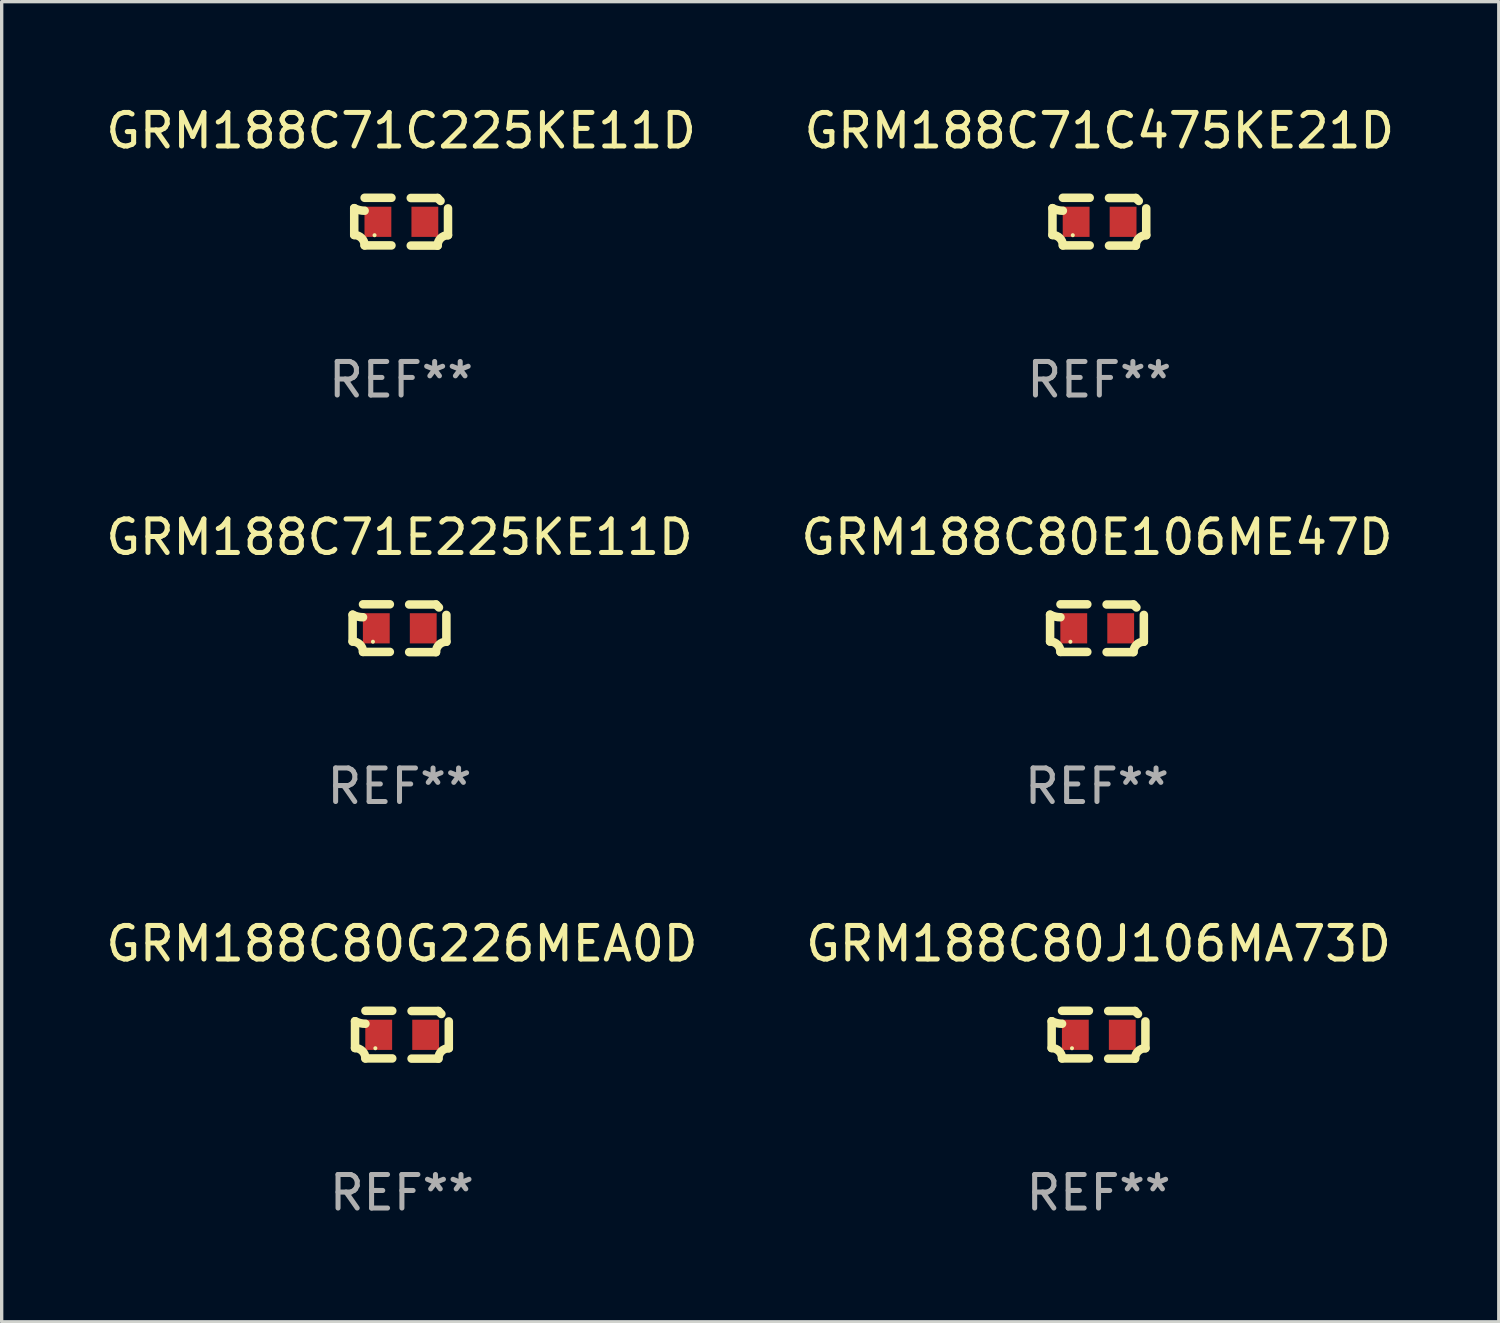
<source format=kicad_pcb>
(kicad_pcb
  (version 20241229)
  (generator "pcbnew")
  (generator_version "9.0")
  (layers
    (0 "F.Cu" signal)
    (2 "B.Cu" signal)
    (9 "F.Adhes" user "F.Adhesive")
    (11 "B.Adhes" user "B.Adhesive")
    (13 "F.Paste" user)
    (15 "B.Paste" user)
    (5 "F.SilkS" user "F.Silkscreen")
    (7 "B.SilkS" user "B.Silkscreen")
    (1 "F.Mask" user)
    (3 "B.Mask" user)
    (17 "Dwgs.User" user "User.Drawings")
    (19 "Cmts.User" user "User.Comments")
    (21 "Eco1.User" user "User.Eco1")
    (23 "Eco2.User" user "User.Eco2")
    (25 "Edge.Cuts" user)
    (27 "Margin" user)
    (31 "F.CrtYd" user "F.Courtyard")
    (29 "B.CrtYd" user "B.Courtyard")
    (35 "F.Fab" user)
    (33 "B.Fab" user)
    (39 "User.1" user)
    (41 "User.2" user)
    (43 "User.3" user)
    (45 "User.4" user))
  (footprint "GRM188C80G226MEA0D"
    (layer "F.Cu")
    (at 8.935 27.805)
    (property "Reference" "GRM188C80G226MEA0D" (at 0 -2.713 0) (layer "F.SilkS") (effects (font (size 1 1) (thickness 0.15))))
    (attr through_hole)
    (fp_line (start -1.398 -0.403) (end -1.398 0.397) (stroke (width 0.254) (type solid)) (layer "F.SilkS"))
    (fp_line (start -0.288 -0.713) (end -1.088 -0.713) (stroke (width 0.254) (type solid)) (layer "F.SilkS"))
    (fp_line (start -0.288 0.707) (end -1.088 0.707) (stroke (width 0.254) (type solid)) (layer "F.SilkS"))
    (fp_line (start 0.288 -0.707) (end 1.088 -0.707) (stroke (width 0.254) (type solid)) (layer "F.SilkS"))
    (fp_line (start 0.288 0.713) (end 1.088 0.713) (stroke (width 0.254) (type solid)) (layer "F.SilkS"))
    (fp_line (start 1.398 -0.397) (end 1.398 0.403) (stroke (width 0.254) (type solid)) (layer "F.SilkS"))
    (fp_arc (start -1.397789 0.397066) (mid -1.178701 0.487826) (end -1.08796 0.706922) (stroke (width 0.254001) (type solid)) (layer "F.SilkS"))
    (fp_arc (start -1.08796 -0.327176) (mid -1.247436 -0.346384) (end -1.39779 -0.402908) (stroke (width 0.254001) (type solid)) (layer "F.SilkS"))
    (fp_arc (start 1.087909 0.712738) (mid 1.178656 0.493655) (end 1.397739 0.402908) (stroke (width 0.254001) (type solid)) (layer "F.SilkS"))
    (fp_arc (start 1.175925 -0.618926) (mid 1.131917 -0.662923) (end 1.08791 -0.706922) (stroke (width 0.254001) (type solid)) (layer "F.SilkS"))
    (fp_circle (center -0.792 0.403) (end -0.762 0.403) (stroke (width 0.06) (type solid)) (fill no) (layer "F.SilkS"))
    (fp_text user "REF**" (at 0 4.713 0) (layer "F.Fab") (effects (font (size 1 1) (thickness 0.15))))
    (pad "1" smd rect (at -0.692 0.003) (size 0.8 0.9) (layers "F.Cu" "F.Mask" "F.Paste"))
    (pad "2" smd rect (at 0.708 0.003) (size 0.8 0.9) (layers "F.Cu" "F.Mask" "F.Paste")))
  (footprint "GRM188C80E106ME47D"
    (layer "F.Cu")
    (at 29.661 15.683)
    (property "Reference" "GRM188C80E106ME47D" (at 0 -2.713 0) (layer "F.SilkS") (effects (font (size 1 1) (thickness 0.15))))
    (attr through_hole)
    (fp_line (start -1.398 -0.403) (end -1.398 0.397) (stroke (width 0.254) (type solid)) (layer "F.SilkS"))
    (fp_line (start -0.288 -0.713) (end -1.088 -0.713) (stroke (width 0.254) (type solid)) (layer "F.SilkS"))
    (fp_line (start -0.288 0.707) (end -1.088 0.707) (stroke (width 0.254) (type solid)) (layer "F.SilkS"))
    (fp_line (start 0.288 -0.707) (end 1.088 -0.707) (stroke (width 0.254) (type solid)) (layer "F.SilkS"))
    (fp_line (start 0.288 0.713) (end 1.088 0.713) (stroke (width 0.254) (type solid)) (layer "F.SilkS"))
    (fp_line (start 1.398 -0.397) (end 1.398 0.403) (stroke (width 0.254) (type solid)) (layer "F.SilkS"))
    (fp_arc (start -1.397789 0.397066) (mid -1.178701 0.487826) (end -1.08796 0.706922) (stroke (width 0.254001) (type solid)) (layer "F.SilkS"))
    (fp_arc (start -1.08796 -0.327176) (mid -1.247436 -0.346384) (end -1.39779 -0.402908) (stroke (width 0.254001) (type solid)) (layer "F.SilkS"))
    (fp_arc (start 1.087909 0.712738) (mid 1.178656 0.493655) (end 1.397739 0.402908) (stroke (width 0.254001) (type solid)) (layer "F.SilkS"))
    (fp_arc (start 1.175925 -0.618926) (mid 1.131917 -0.662923) (end 1.08791 -0.706922) (stroke (width 0.254001) (type solid)) (layer "F.SilkS"))
    (fp_circle (center -0.792 0.403) (end -0.762 0.403) (stroke (width 0.06) (type solid)) (fill no) (layer "F.SilkS"))
    (fp_text user "REF**" (at 0 4.713 0) (layer "F.Fab") (effects (font (size 1 1) (thickness 0.15))))
    (pad "1" smd rect (at -0.692 0.003) (size 0.8 0.9) (layers "F.Cu" "F.Mask" "F.Paste"))
    (pad "2" smd rect (at 0.708 0.003) (size 0.8 0.9) (layers "F.Cu" "F.Mask" "F.Paste")))
  (footprint "GRM188C71C475KE21D"
    (layer "F.Cu")
    (at 29.732 3.561)
    (property "Reference" "GRM188C71C475KE21D" (at 0 -2.713 0) (layer "F.SilkS") (effects (font (size 1 1) (thickness 0.15))))
    (attr through_hole)
    (fp_line (start -1.398 -0.403) (end -1.398 0.397) (stroke (width 0.254) (type solid)) (layer "F.SilkS"))
    (fp_line (start -0.288 -0.713) (end -1.088 -0.713) (stroke (width 0.254) (type solid)) (layer "F.SilkS"))
    (fp_line (start -0.288 0.707) (end -1.088 0.707) (stroke (width 0.254) (type solid)) (layer "F.SilkS"))
    (fp_line (start 0.288 -0.707) (end 1.088 -0.707) (stroke (width 0.254) (type solid)) (layer "F.SilkS"))
    (fp_line (start 0.288 0.713) (end 1.088 0.713) (stroke (width 0.254) (type solid)) (layer "F.SilkS"))
    (fp_line (start 1.398 -0.397) (end 1.398 0.403) (stroke (width 0.254) (type solid)) (layer "F.SilkS"))
    (fp_arc (start -1.397789 0.397066) (mid -1.178701 0.487826) (end -1.08796 0.706922) (stroke (width 0.254001) (type solid)) (layer "F.SilkS"))
    (fp_arc (start -1.08796 -0.327176) (mid -1.247436 -0.346384) (end -1.39779 -0.402908) (stroke (width 0.254001) (type solid)) (layer "F.SilkS"))
    (fp_arc (start 1.087909 0.712738) (mid 1.178656 0.493655) (end 1.397739 0.402908) (stroke (width 0.254001) (type solid)) (layer "F.SilkS"))
    (fp_arc (start 1.175925 -0.618926) (mid 1.131917 -0.662923) (end 1.08791 -0.706922) (stroke (width 0.254001) (type solid)) (layer "F.SilkS"))
    (fp_circle (center -0.792 0.403) (end -0.762 0.403) (stroke (width 0.06) (type solid)) (fill no) (layer "F.SilkS"))
    (fp_text user "REF**" (at 0 4.713 0) (layer "F.Fab") (effects (font (size 1 1) (thickness 0.15))))
    (pad "1" smd rect (at -0.692 0.003) (size 0.8 0.9) (layers "F.Cu" "F.Mask" "F.Paste"))
    (pad "2" smd rect (at 0.708 0.003) (size 0.8 0.9) (layers "F.Cu" "F.Mask" "F.Paste")))
  (footprint "GRM188C80J106MA73D"
    (layer "F.Cu")
    (at 29.708 27.805)
    (property "Reference" "GRM188C80J106MA73D" (at 0 -2.713 0) (layer "F.SilkS") (effects (font (size 1 1) (thickness 0.15))))
    (attr through_hole)
    (fp_line (start -1.398 -0.403) (end -1.398 0.397) (stroke (width 0.254) (type solid)) (layer "F.SilkS"))
    (fp_line (start -0.288 -0.713) (end -1.088 -0.713) (stroke (width 0.254) (type solid)) (layer "F.SilkS"))
    (fp_line (start -0.288 0.707) (end -1.088 0.707) (stroke (width 0.254) (type solid)) (layer "F.SilkS"))
    (fp_line (start 0.288 -0.707) (end 1.088 -0.707) (stroke (width 0.254) (type solid)) (layer "F.SilkS"))
    (fp_line (start 0.288 0.713) (end 1.088 0.713) (stroke (width 0.254) (type solid)) (layer "F.SilkS"))
    (fp_line (start 1.398 -0.397) (end 1.398 0.403) (stroke (width 0.254) (type solid)) (layer "F.SilkS"))
    (fp_arc (start -1.397789 0.397066) (mid -1.178701 0.487826) (end -1.08796 0.706922) (stroke (width 0.254001) (type solid)) (layer "F.SilkS"))
    (fp_arc (start -1.08796 -0.327176) (mid -1.247436 -0.346384) (end -1.39779 -0.402908) (stroke (width 0.254001) (type solid)) (layer "F.SilkS"))
    (fp_arc (start 1.087909 0.712738) (mid 1.178656 0.493655) (end 1.397739 0.402908) (stroke (width 0.254001) (type solid)) (layer "F.SilkS"))
    (fp_arc (start 1.175925 -0.618926) (mid 1.131917 -0.662923) (end 1.08791 -0.706922) (stroke (width 0.254001) (type solid)) (layer "F.SilkS"))
    (fp_circle (center -0.792 0.403) (end -0.762 0.403) (stroke (width 0.06) (type solid)) (fill no) (layer "F.SilkS"))
    (fp_text user "REF**" (at 0 4.713 0) (layer "F.Fab") (effects (font (size 1 1) (thickness 0.15))))
    (pad "1" smd rect (at -0.692 0.003) (size 0.8 0.9) (layers "F.Cu" "F.Mask" "F.Paste"))
    (pad "2" smd rect (at 0.708 0.003) (size 0.8 0.9) (layers "F.Cu" "F.Mask" "F.Paste")))
  (footprint "GRM188C71E225KE11D"
    (layer "F.Cu")
    (at 8.863 15.683)
    (property "Reference" "GRM188C71E225KE11D" (at 0 -2.713 0) (layer "F.SilkS") (effects (font (size 1 1) (thickness 0.15))))
    (attr through_hole)
    (fp_line (start -1.398 -0.403) (end -1.398 0.397) (stroke (width 0.254) (type solid)) (layer "F.SilkS"))
    (fp_line (start -0.288 -0.713) (end -1.088 -0.713) (stroke (width 0.254) (type solid)) (layer "F.SilkS"))
    (fp_line (start -0.288 0.707) (end -1.088 0.707) (stroke (width 0.254) (type solid)) (layer "F.SilkS"))
    (fp_line (start 0.288 -0.707) (end 1.088 -0.707) (stroke (width 0.254) (type solid)) (layer "F.SilkS"))
    (fp_line (start 0.288 0.713) (end 1.088 0.713) (stroke (width 0.254) (type solid)) (layer "F.SilkS"))
    (fp_line (start 1.398 -0.397) (end 1.398 0.403) (stroke (width 0.254) (type solid)) (layer "F.SilkS"))
    (fp_arc (start -1.397789 0.397066) (mid -1.178701 0.487826) (end -1.08796 0.706922) (stroke (width 0.254001) (type solid)) (layer "F.SilkS"))
    (fp_arc (start -1.08796 -0.327176) (mid -1.247436 -0.346384) (end -1.39779 -0.402908) (stroke (width 0.254001) (type solid)) (layer "F.SilkS"))
    (fp_arc (start 1.087909 0.712738) (mid 1.178656 0.493655) (end 1.397739 0.402908) (stroke (width 0.254001) (type solid)) (layer "F.SilkS"))
    (fp_arc (start 1.175925 -0.618926) (mid 1.131917 -0.662923) (end 1.08791 -0.706922) (stroke (width 0.254001) (type solid)) (layer "F.SilkS"))
    (fp_circle (center -0.792 0.403) (end -0.762 0.403) (stroke (width 0.06) (type solid)) (fill no) (layer "F.SilkS"))
    (fp_text user "REF**" (at 0 4.713 0) (layer "F.Fab") (effects (font (size 1 1) (thickness 0.15))))
    (pad "1" smd rect (at -0.692 0.003) (size 0.8 0.9) (layers "F.Cu" "F.Mask" "F.Paste"))
    (pad "2" smd rect (at 0.708 0.003) (size 0.8 0.9) (layers "F.Cu" "F.Mask" "F.Paste")))
  (footprint "GRM188C71C225KE11D"
    (layer "F.Cu")
    (at 8.911 3.561)
    (property "Reference" "GRM188C71C225KE11D" (at 0 -2.713 0) (layer "F.SilkS") (effects (font (size 1 1) (thickness 0.15))))
    (attr through_hole)
    (fp_line (start -1.398 -0.403) (end -1.398 0.397) (stroke (width 0.254) (type solid)) (layer "F.SilkS"))
    (fp_line (start -0.288 -0.713) (end -1.088 -0.713) (stroke (width 0.254) (type solid)) (layer "F.SilkS"))
    (fp_line (start -0.288 0.707) (end -1.088 0.707) (stroke (width 0.254) (type solid)) (layer "F.SilkS"))
    (fp_line (start 0.288 -0.707) (end 1.088 -0.707) (stroke (width 0.254) (type solid)) (layer "F.SilkS"))
    (fp_line (start 0.288 0.713) (end 1.088 0.713) (stroke (width 0.254) (type solid)) (layer "F.SilkS"))
    (fp_line (start 1.398 -0.397) (end 1.398 0.403) (stroke (width 0.254) (type solid)) (layer "F.SilkS"))
    (fp_arc (start -1.397789 0.397066) (mid -1.178701 0.487826) (end -1.08796 0.706922) (stroke (width 0.254001) (type solid)) (layer "F.SilkS"))
    (fp_arc (start -1.08796 -0.327176) (mid -1.247436 -0.346384) (end -1.39779 -0.402908) (stroke (width 0.254001) (type solid)) (layer "F.SilkS"))
    (fp_arc (start 1.087909 0.712738) (mid 1.178656 0.493655) (end 1.397739 0.402908) (stroke (width 0.254001) (type solid)) (layer "F.SilkS"))
    (fp_arc (start 1.175925 -0.618926) (mid 1.131917 -0.662923) (end 1.08791 -0.706922) (stroke (width 0.254001) (type solid)) (layer "F.SilkS"))
    (fp_circle (center -0.792 0.403) (end -0.762 0.403) (stroke (width 0.06) (type solid)) (fill no) (layer "F.SilkS"))
    (fp_text user "REF**" (at 0 4.713 0) (layer "F.Fab") (effects (font (size 1 1) (thickness 0.15))))
    (pad "1" smd rect (at -0.692 0.003) (size 0.8 0.9) (layers "F.Cu" "F.Mask" "F.Paste"))
    (pad "2" smd rect (at 0.708 0.003) (size 0.8 0.9) (layers "F.Cu" "F.Mask" "F.Paste")))
  (gr_rect
    (start -3 -3)
    (end 41.643 36.366)
    (stroke (width 0.1) (type default))
    (fill no)
    (layer "Edge.Cuts")))
</source>
